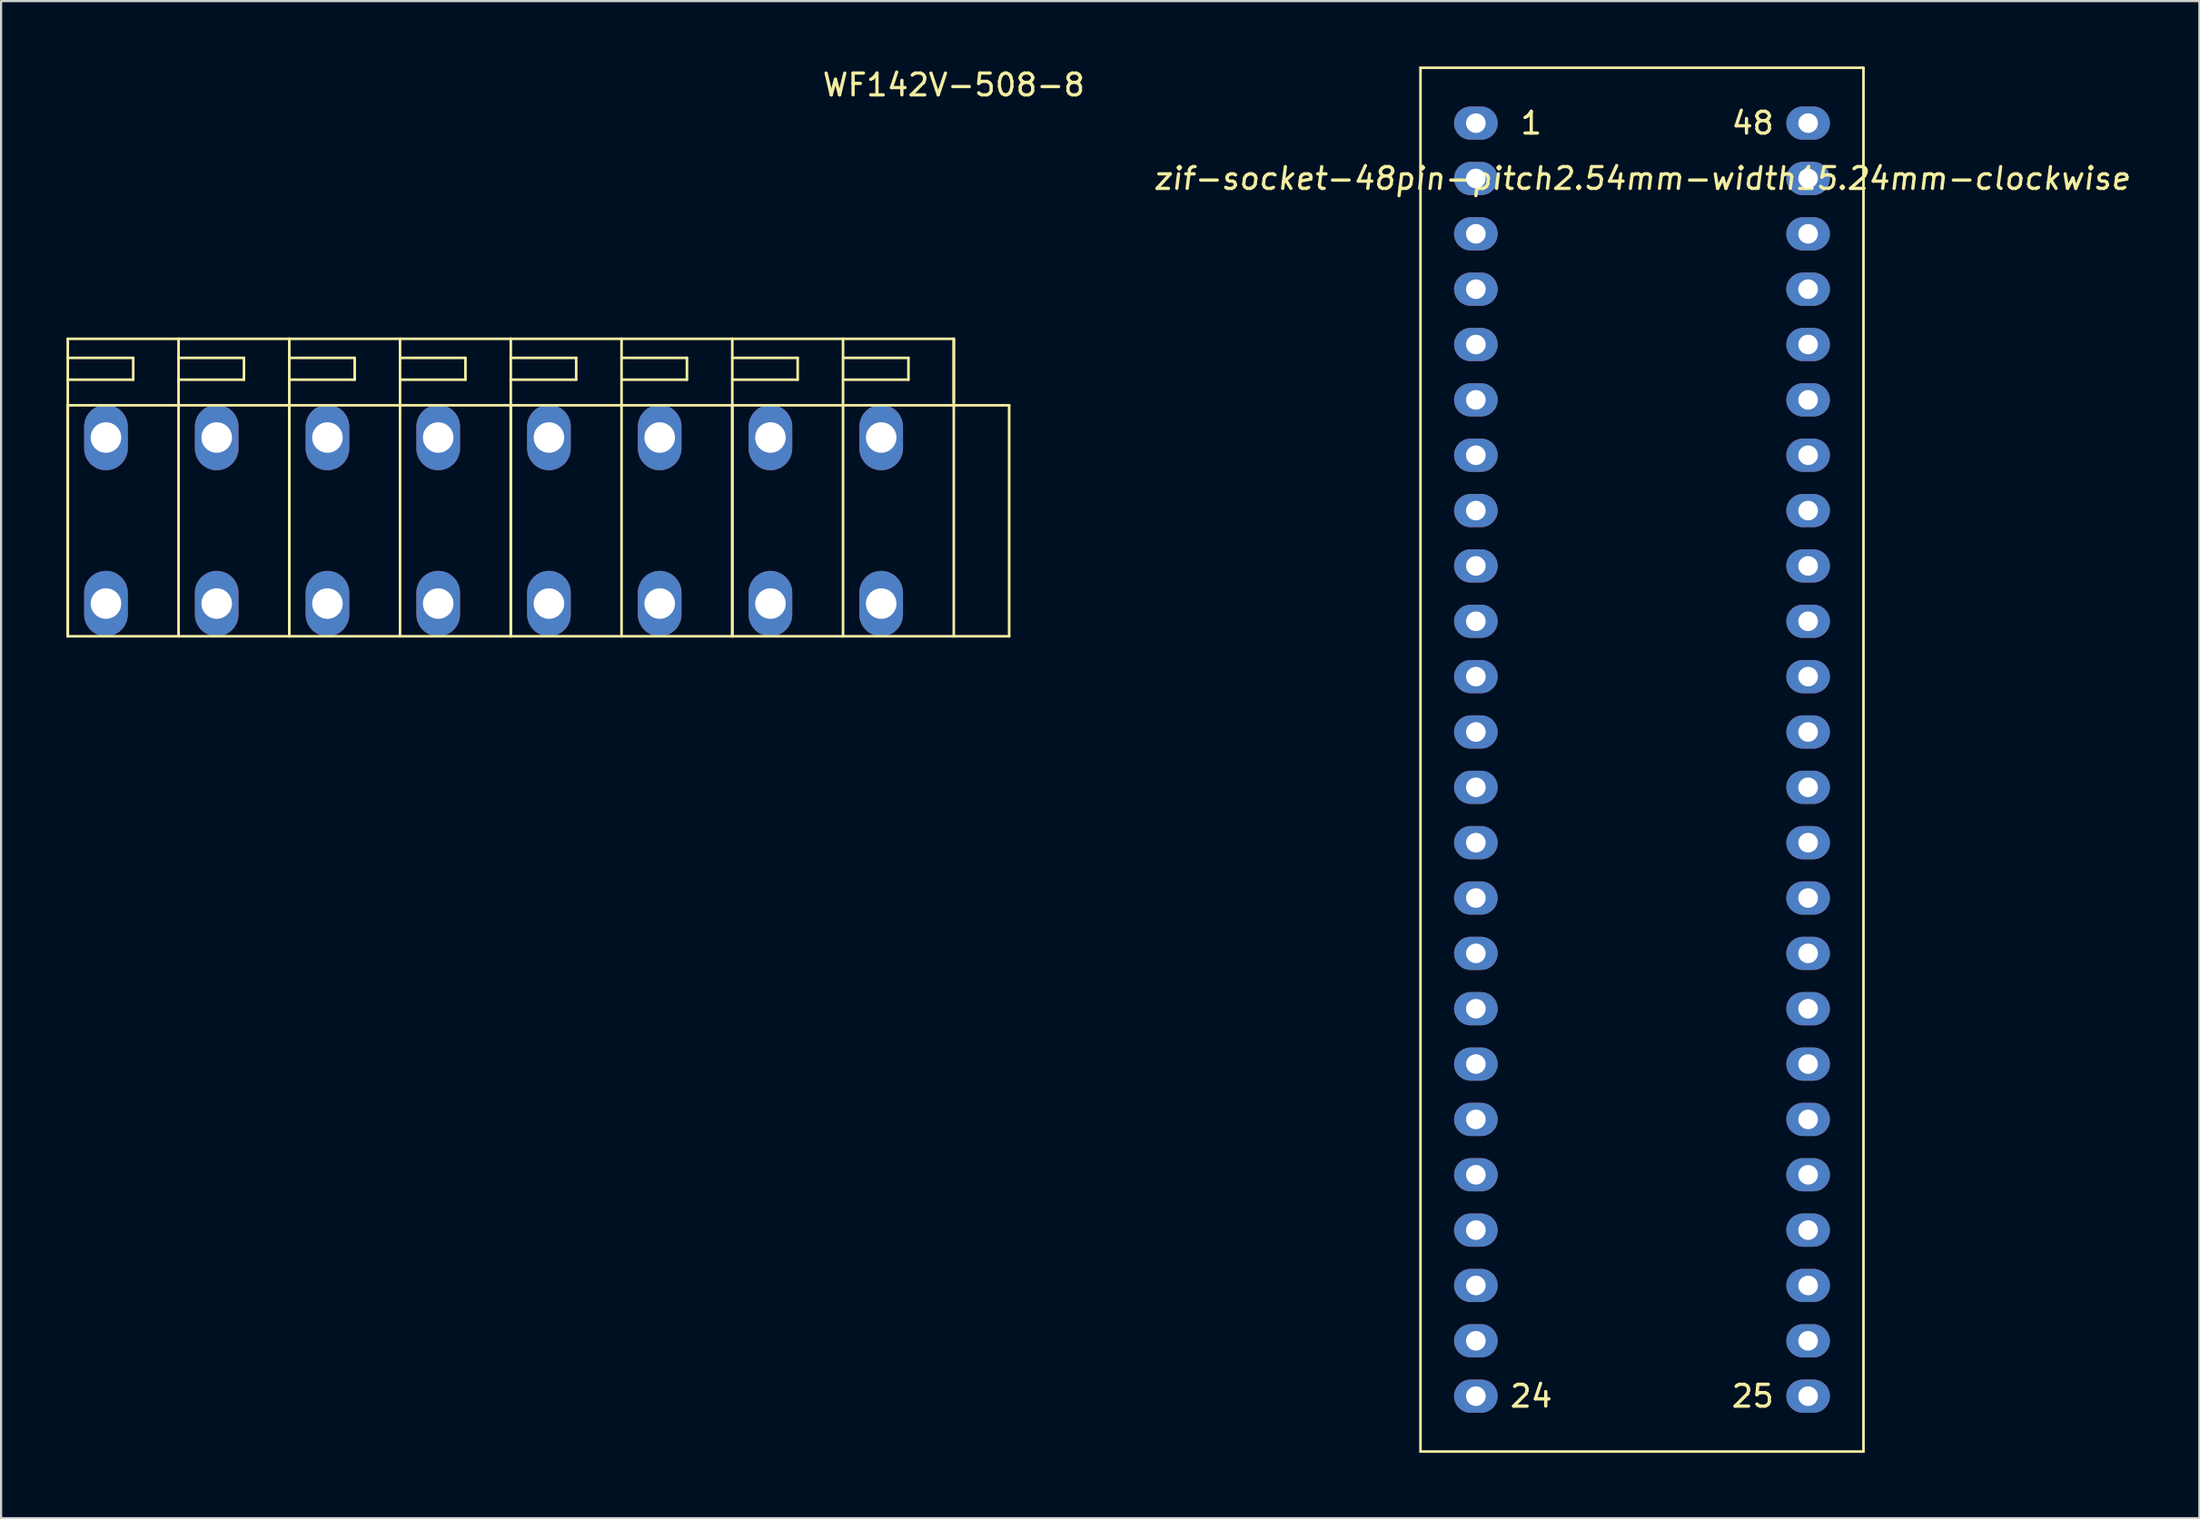
<source format=kicad_pcb>
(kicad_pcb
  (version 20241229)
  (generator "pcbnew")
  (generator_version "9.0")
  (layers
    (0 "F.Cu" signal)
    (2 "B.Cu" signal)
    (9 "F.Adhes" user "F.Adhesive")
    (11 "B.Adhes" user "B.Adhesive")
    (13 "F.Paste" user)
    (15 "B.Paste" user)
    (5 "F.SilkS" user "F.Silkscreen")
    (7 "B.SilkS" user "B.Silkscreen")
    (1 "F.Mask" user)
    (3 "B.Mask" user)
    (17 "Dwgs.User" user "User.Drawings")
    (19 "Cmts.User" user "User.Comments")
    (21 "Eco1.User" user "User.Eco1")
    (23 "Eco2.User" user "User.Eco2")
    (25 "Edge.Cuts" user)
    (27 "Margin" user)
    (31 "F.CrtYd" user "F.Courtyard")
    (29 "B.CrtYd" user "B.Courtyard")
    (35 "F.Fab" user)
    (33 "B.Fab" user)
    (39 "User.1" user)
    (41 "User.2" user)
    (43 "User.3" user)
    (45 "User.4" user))
  (footprint "zif-socket-48pin-pitch2.54mm-width15.24mm-clockwise"
    (layer "F.Cu")
    (at 64.648 61.02)
    (property "Reference" "zif-socket-48pin-pitch2.54mm-width15.24mm-clockwise" (at 7.62 -55.88 0) (layer "F.SilkS") (effects (font (size 1 1) (thickness 0.15) (italic yes))))
    (attr through_hole)
    (fp_line (start -2.54 -60.96) (end 17.78 -60.96) (stroke (width 0.12) (type solid)) (layer "F.SilkS"))
    (fp_line (start -2.54 2.54) (end -2.54 -60.96) (stroke (width 0.12) (type solid)) (layer "F.SilkS"))
    (fp_line (start 17.78 -60.96) (end 17.78 2.54) (stroke (width 0.12) (type solid)) (layer "F.SilkS"))
    (fp_line (start 17.78 2.54) (end -2.54 2.54) (stroke (width 0.12) (type solid)) (layer "F.SilkS"))
    (fp_text user "48" (at 12.7 -58.42 0) (layer "F.SilkS") (effects (font (size 1 1) (thickness 0.15))))
    (fp_text user "24" (at 2.54 0 0) (layer "F.SilkS") (effects (font (size 1 1) (thickness 0.15))))
    (fp_text user "25" (at 12.7 0 0) (layer "F.SilkS") (effects (font (size 1 1) (thickness 0.15))))
    (fp_text user "1" (at 2.54 -58.42 0) (layer "F.SilkS") (effects (font (size 1 1) (thickness 0.15))))
    (pad "1" thru_hole oval (at 0 -58.42 180) (size 2 1.524) (drill 0.9) (layers "*.Cu" "*.Mask"))
    (pad "2" thru_hole oval (at 0 -55.88 180) (size 2 1.524) (drill 0.9) (layers "*.Cu" "*.Mask"))
    (pad "3" thru_hole oval (at 0 -53.34 180) (size 2 1.524) (drill 0.9) (layers "*.Cu" "*.Mask"))
    (pad "4" thru_hole oval (at 0 -50.8 180) (size 2 1.524) (drill 0.9) (layers "*.Cu" "*.Mask"))
    (pad "5" thru_hole oval (at 0 -48.26 180) (size 2 1.524) (drill 0.9) (layers "*.Cu" "*.Mask"))
    (pad "6" thru_hole oval (at 0 -45.72 180) (size 2 1.524) (drill 0.9) (layers "*.Cu" "*.Mask"))
    (pad "7" thru_hole oval (at 0 -43.18 180) (size 2 1.524) (drill 0.9) (layers "*.Cu" "*.Mask"))
    (pad "8" thru_hole oval (at 0 -40.64 180) (size 2 1.524) (drill 0.9) (layers "*.Cu" "*.Mask"))
    (pad "9" thru_hole oval (at 0 -38.1 180) (size 2 1.524) (drill 0.9) (layers "*.Cu" "*.Mask"))
    (pad "10" thru_hole oval (at 0 -35.56 180) (size 2 1.524) (drill 0.9) (layers "*.Cu" "*.Mask"))
    (pad "11" thru_hole oval (at 0 -33.02 180) (size 2 1.524) (drill 0.9) (layers "*.Cu" "*.Mask"))
    (pad "12" thru_hole oval (at 0 -30.48 180) (size 2 1.524) (drill 0.9) (layers "*.Cu" "*.Mask"))
    (pad "13" thru_hole oval (at 0 -27.94 180) (size 2 1.524) (drill 0.9) (layers "*.Cu" "*.Mask"))
    (pad "14" thru_hole oval (at 0 -25.4 180) (size 2 1.524) (drill 0.9) (layers "*.Cu" "*.Mask"))
    (pad "15" thru_hole oval (at 0 -22.86 180) (size 2 1.524) (drill 0.9) (layers "*.Cu" "*.Mask"))
    (pad "16" thru_hole oval (at 0 -20.32 180) (size 2 1.524) (drill 0.9) (layers "*.Cu" "*.Mask"))
    (pad "17" thru_hole oval (at 0 -17.78 180) (size 2 1.524) (drill 0.9) (layers "*.Cu" "*.Mask"))
    (pad "18" thru_hole oval (at 0 -15.24 180) (size 2 1.524) (drill 0.9) (layers "*.Cu" "*.Mask"))
    (pad "19" thru_hole oval (at 0 -12.7 180) (size 2 1.524) (drill 0.9) (layers "*.Cu" "*.Mask"))
    (pad "20" thru_hole oval (at 0 -10.16 180) (size 2 1.524) (drill 0.9) (layers "*.Cu" "*.Mask"))
    (pad "21" thru_hole oval (at 0 -7.62 180) (size 2 1.524) (drill 0.9) (layers "*.Cu" "*.Mask"))
    (pad "22" thru_hole oval (at 0 -5.08 180) (size 2 1.524) (drill 0.9) (layers "*.Cu" "*.Mask"))
    (pad "23" thru_hole oval (at 0 -2.54 180) (size 2 1.524) (drill 0.9) (layers "*.Cu" "*.Mask"))
    (pad "24" thru_hole oval (at 0 0 180) (size 2 1.524) (drill 0.9) (layers "*.Cu" "*.Mask"))
    (pad "25" thru_hole oval (at 15.24 0 180) (size 2 1.524) (drill 0.9) (layers "*.Cu" "*.Mask"))
    (pad "26" thru_hole oval (at 15.24 -2.54 180) (size 2 1.524) (drill 0.9) (layers "*.Cu" "*.Mask"))
    (pad "27" thru_hole oval (at 15.24 -5.08 180) (size 2 1.524) (drill 0.9) (layers "*.Cu" "*.Mask"))
    (pad "28" thru_hole oval (at 15.24 -7.62 180) (size 2 1.524) (drill 0.9) (layers "*.Cu" "*.Mask"))
    (pad "29" thru_hole oval (at 15.24 -10.16 180) (size 2 1.524) (drill 0.9) (layers "*.Cu" "*.Mask"))
    (pad "30" thru_hole oval (at 15.24 -12.7 180) (size 2 1.524) (drill 0.9) (layers "*.Cu" "*.Mask"))
    (pad "31" thru_hole oval (at 15.24 -15.24 180) (size 2 1.524) (drill 0.9) (layers "*.Cu" "*.Mask"))
    (pad "32" thru_hole oval (at 15.24 -17.78 180) (size 2 1.524) (drill 0.9) (layers "*.Cu" "*.Mask"))
    (pad "33" thru_hole oval (at 15.24 -20.32 180) (size 2 1.524) (drill 0.9) (layers "*.Cu" "*.Mask"))
    (pad "34" thru_hole oval (at 15.24 -22.86 180) (size 2 1.524) (drill 0.9) (layers "*.Cu" "*.Mask"))
    (pad "35" thru_hole oval (at 15.24 -25.4 180) (size 2 1.524) (drill 0.9) (layers "*.Cu" "*.Mask"))
    (pad "36" thru_hole oval (at 15.24 -27.94 180) (size 2 1.524) (drill 0.9) (layers "*.Cu" "*.Mask"))
    (pad "37" thru_hole oval (at 15.24 -30.48 180) (size 2 1.524) (drill 0.9) (layers "*.Cu" "*.Mask"))
    (pad "38" thru_hole oval (at 15.24 -33.02 180) (size 2 1.524) (drill 0.9) (layers "*.Cu" "*.Mask"))
    (pad "39" thru_hole oval (at 15.24 -35.56 180) (size 2 1.524) (drill 0.9) (layers "*.Cu" "*.Mask"))
    (pad "40" thru_hole oval (at 15.24 -38.1 180) (size 2 1.524) (drill 0.9) (layers "*.Cu" "*.Mask"))
    (pad "41" thru_hole oval (at 15.24 -40.64 180) (size 2 1.524) (drill 0.9) (layers "*.Cu" "*.Mask"))
    (pad "42" thru_hole oval (at 15.24 -43.18 180) (size 2 1.524) (drill 0.9) (layers "*.Cu" "*.Mask"))
    (pad "43" thru_hole oval (at 15.24 -45.72 180) (size 2 1.524) (drill 0.9) (layers "*.Cu" "*.Mask"))
    (pad "44" thru_hole oval (at 15.24 -48.26 180) (size 2 1.524) (drill 0.9) (layers "*.Cu" "*.Mask"))
    (pad "45" thru_hole oval (at 15.24 -50.8 180) (size 2 1.524) (drill 0.9) (layers "*.Cu" "*.Mask"))
    (pad "46" thru_hole oval (at 15.24 -53.34 180) (size 2 1.524) (drill 0.9) (layers "*.Cu" "*.Mask"))
    (pad "47" thru_hole oval (at 15.24 -55.88 180) (size 2 1.524) (drill 0.9) (layers "*.Cu" "*.Mask"))
    (pad "48" thru_hole oval (at 15.24 -58.42 180) (size 2 1.524) (drill 0.9) (layers "*.Cu" "*.Mask")))
  (footprint "WF142V-508-8"
    (layer "F.Cu")
    (at 40.7 26.148)
    (property "Reference" "WF142V-508-8" (at 0 -25.3 0) (layer "F.SilkS") (effects (font (size 1 1) (thickness 0.15))))
    (attr through_hole)
    (fp_line (start -40.64 -13.65) (end -30.48 -13.65) (stroke (width 0.12) (type solid)) (layer "F.SilkS"))
    (fp_line (start -40.64 -12.775) (end -37.64 -12.775) (stroke (width 0.12) (type solid)) (layer "F.SilkS"))
    (fp_line (start -40.64 -10.6) (end -30.49 -10.6) (stroke (width 0.12) (type solid)) (layer "F.SilkS"))
    (fp_line (start -40.64 0) (end -40.64 -13.65) (stroke (width 0.12) (type solid)) (layer "F.SilkS"))
    (fp_line (start -40.64 0) (end -40.64 -10.6) (stroke (width 0.12) (type solid)) (layer "F.SilkS"))
    (fp_line (start -37.64 -12.775) (end -37.64 -11.775) (stroke (width 0.12) (type solid)) (layer "F.SilkS"))
    (fp_line (start -37.64 -11.775) (end -40.64 -11.775) (stroke (width 0.12) (type solid)) (layer "F.SilkS"))
    (fp_line (start -35.56 -12.775) (end -32.56 -12.775) (stroke (width 0.12) (type solid)) (layer "F.SilkS"))
    (fp_line (start -35.56 0) (end -35.56 -13.65) (stroke (width 0.12) (type solid)) (layer "F.SilkS"))
    (fp_line (start -32.56 -12.775) (end -32.56 -11.775) (stroke (width 0.12) (type solid)) (layer "F.SilkS"))
    (fp_line (start -32.56 -11.775) (end -35.56 -11.775) (stroke (width 0.12) (type solid)) (layer "F.SilkS"))
    (fp_line (start -30.48 -13.65) (end -20.32 -13.65) (stroke (width 0.12) (type solid)) (layer "F.SilkS"))
    (fp_line (start -30.48 -12.775) (end -27.48 -12.775) (stroke (width 0.12) (type solid)) (layer "F.SilkS"))
    (fp_line (start -30.48 -10.6) (end -20.33 -10.6) (stroke (width 0.12) (type solid)) (layer "F.SilkS"))
    (fp_line (start -30.48 0) (end -40.64 0) (stroke (width 0.12) (type solid)) (layer "F.SilkS"))
    (fp_line (start -30.48 0) (end -30.48 -13.65) (stroke (width 0.12) (type solid)) (layer "F.SilkS"))
    (fp_line (start -30.48 0) (end -30.48 -10.6) (stroke (width 0.12) (type solid)) (layer "F.SilkS"))
    (fp_line (start -27.48 -12.775) (end -27.48 -11.775) (stroke (width 0.12) (type solid)) (layer "F.SilkS"))
    (fp_line (start -27.48 -11.775) (end -30.48 -11.775) (stroke (width 0.12) (type solid)) (layer "F.SilkS"))
    (fp_line (start -25.4 -12.775) (end -22.4 -12.775) (stroke (width 0.12) (type solid)) (layer "F.SilkS"))
    (fp_line (start -25.4 0) (end -25.4 -13.65) (stroke (width 0.12) (type solid)) (layer "F.SilkS"))
    (fp_line (start -22.4 -12.775) (end -22.4 -11.775) (stroke (width 0.12) (type solid)) (layer "F.SilkS"))
    (fp_line (start -22.4 -11.775) (end -25.4 -11.775) (stroke (width 0.12) (type solid)) (layer "F.SilkS"))
    (fp_line (start -20.32 -13.65) (end -10.16 -13.65) (stroke (width 0.12) (type solid)) (layer "F.SilkS"))
    (fp_line (start -20.32 -12.775) (end -17.32 -12.775) (stroke (width 0.12) (type solid)) (layer "F.SilkS"))
    (fp_line (start -20.32 -10.6) (end -10.17 -10.6) (stroke (width 0.12) (type solid)) (layer "F.SilkS"))
    (fp_line (start -20.32 0) (end -30.48 0) (stroke (width 0.12) (type solid)) (layer "F.SilkS"))
    (fp_line (start -20.32 0) (end -20.32 -13.65) (stroke (width 0.12) (type solid)) (layer "F.SilkS"))
    (fp_line (start -20.32 0) (end -20.32 -10.6) (stroke (width 0.12) (type solid)) (layer "F.SilkS"))
    (fp_line (start -17.32 -12.775) (end -17.32 -11.775) (stroke (width 0.12) (type solid)) (layer "F.SilkS"))
    (fp_line (start -17.32 -11.775) (end -20.32 -11.775) (stroke (width 0.12) (type solid)) (layer "F.SilkS"))
    (fp_line (start -15.24 -12.775) (end -12.24 -12.775) (stroke (width 0.12) (type solid)) (layer "F.SilkS"))
    (fp_line (start -15.24 0) (end -15.24 -13.65) (stroke (width 0.12) (type solid)) (layer "F.SilkS"))
    (fp_line (start -12.24 -12.775) (end -12.24 -11.775) (stroke (width 0.12) (type solid)) (layer "F.SilkS"))
    (fp_line (start -12.24 -11.775) (end -15.24 -11.775) (stroke (width 0.12) (type solid)) (layer "F.SilkS"))
    (fp_line (start -10.16 -13.65) (end 0 -13.65) (stroke (width 0.12) (type solid)) (layer "F.SilkS"))
    (fp_line (start -10.16 -12.775) (end -7.16 -12.775) (stroke (width 0.12) (type solid)) (layer "F.SilkS"))
    (fp_line (start -10.16 -10.6) (end -0.01 -10.6) (stroke (width 0.12) (type solid)) (layer "F.SilkS"))
    (fp_line (start -10.16 0) (end -20.32 0) (stroke (width 0.12) (type solid)) (layer "F.SilkS"))
    (fp_line (start -10.16 0) (end -10.16 -13.65) (stroke (width 0.12) (type solid)) (layer "F.SilkS"))
    (fp_line (start -10.16 0) (end -10.16 -10.6) (stroke (width 0.12) (type solid)) (layer "F.SilkS"))
    (fp_line (start -7.16 -12.775) (end -7.16 -11.775) (stroke (width 0.12) (type solid)) (layer "F.SilkS"))
    (fp_line (start -7.16 -11.775) (end -10.16 -11.775) (stroke (width 0.12) (type solid)) (layer "F.SilkS"))
    (fp_line (start -5.08 -12.775) (end -2.08 -12.775) (stroke (width 0.12) (type solid)) (layer "F.SilkS"))
    (fp_line (start -5.08 0) (end -5.08 -13.65) (stroke (width 0.12) (type solid)) (layer "F.SilkS"))
    (fp_line (start -2.08 -12.775) (end -2.08 -11.775) (stroke (width 0.12) (type solid)) (layer "F.SilkS"))
    (fp_line (start -2.08 -11.775) (end -5.08 -11.775) (stroke (width 0.12) (type solid)) (layer "F.SilkS"))
    (fp_line (start 0 -13.65) (end 0 -10.75) (stroke (width 0.12) (type solid)) (layer "F.SilkS"))
    (fp_line (start 0 -10.6) (end 2.54 -10.6) (stroke (width 0.12) (type solid)) (layer "F.SilkS"))
    (fp_line (start 0 0) (end -10.16 0) (stroke (width 0.12) (type solid)) (layer "F.SilkS"))
    (fp_line (start 0 0) (end 0 -13.65) (stroke (width 0.12) (type solid)) (layer "F.SilkS"))
    (fp_line (start 0 0) (end 2.54 0) (stroke (width 0.12) (type solid)) (layer "F.SilkS"))
    (fp_line (start 2.54 -10.6) (end 2.54 0) (stroke (width 0.12) (type solid)) (layer "F.SilkS"))
    (pad "1" thru_hole oval (at -3.33 -9.12) (size 2 3) (drill 1.4) (layers "*.Cu" "*.Mask"))
    (pad "1" thru_hole oval (at -3.33 -1.5) (size 2 3) (drill 1.4) (layers "*.Cu" "*.Mask"))
    (pad "2" thru_hole oval (at -8.41 -9.12) (size 2 3) (drill 1.4) (layers "*.Cu" "*.Mask"))
    (pad "2" thru_hole oval (at -8.41 -1.5) (size 2 3) (drill 1.4) (layers "*.Cu" "*.Mask"))
    (pad "3" thru_hole oval (at -13.49 -9.12) (size 2 3) (drill 1.4) (layers "*.Cu" "*.Mask"))
    (pad "3" thru_hole oval (at -13.49 -1.5) (size 2 3) (drill 1.4) (layers "*.Cu" "*.Mask"))
    (pad "4" thru_hole oval (at -18.57 -9.12) (size 2 3) (drill 1.4) (layers "*.Cu" "*.Mask"))
    (pad "4" thru_hole oval (at -18.57 -1.5) (size 2 3) (drill 1.4) (layers "*.Cu" "*.Mask"))
    (pad "5" thru_hole oval (at -23.65 -9.12) (size 2 3) (drill 1.4) (layers "*.Cu" "*.Mask"))
    (pad "5" thru_hole oval (at -23.65 -1.5) (size 2 3) (drill 1.4) (layers "*.Cu" "*.Mask"))
    (pad "6" thru_hole oval (at -28.73 -9.12) (size 2 3) (drill 1.4) (layers "*.Cu" "*.Mask"))
    (pad "6" thru_hole oval (at -28.73 -1.5) (size 2 3) (drill 1.4) (layers "*.Cu" "*.Mask"))
    (pad "7" thru_hole oval (at -33.81 -9.12) (size 2 3) (drill 1.4) (layers "*.Cu" "*.Mask"))
    (pad "7" thru_hole oval (at -33.81 -1.5) (size 2 3) (drill 1.4) (layers "*.Cu" "*.Mask"))
    (pad "8" thru_hole oval (at -38.89 -9.12) (size 2 3) (drill 1.4) (layers "*.Cu" "*.Mask"))
    (pad "8" thru_hole oval (at -38.89 -1.5) (size 2 3) (drill 1.4) (layers "*.Cu" "*.Mask")))
  (gr_rect
    (start -3 -3)
    (end 97.837 66.62)
    (stroke (width 0.1) (type default))
    (fill no)
    (layer "Edge.Cuts")))
</source>
